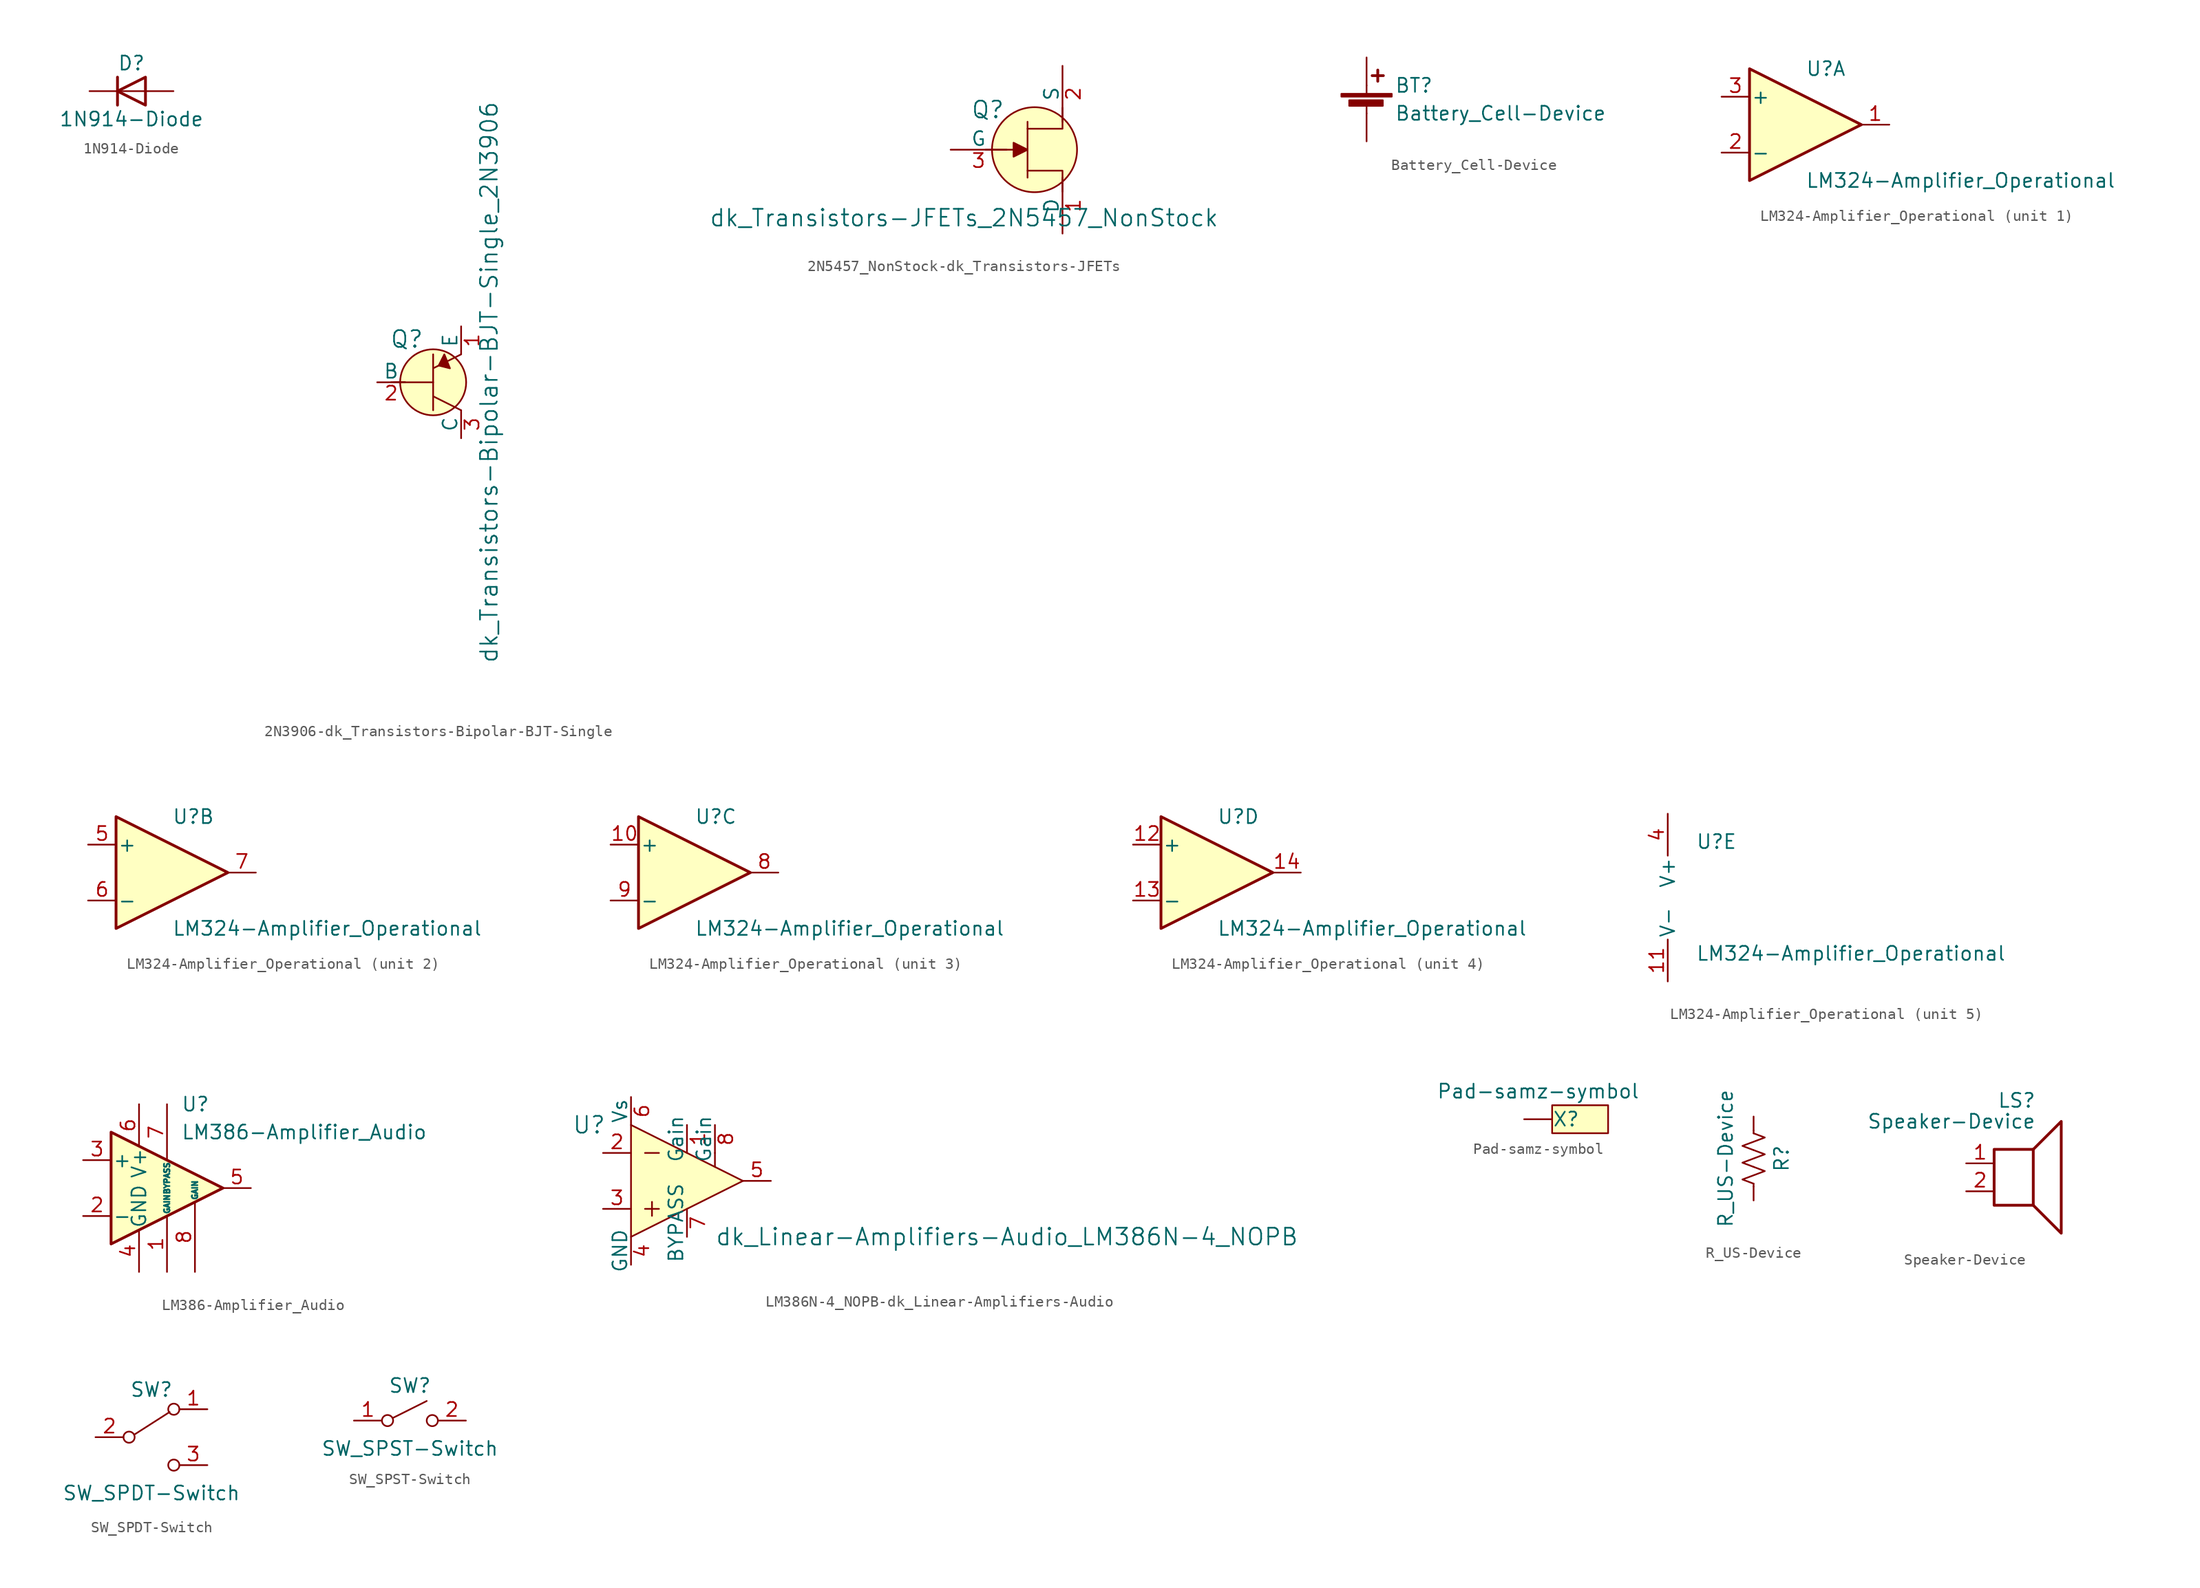
<source format=kicad_sym>
(kicad_symbol_lib
  (version 20220914)
  (generator kicad_symbol_editor)
  (symbol "1N914-Diode"
    (pin_numbers hide)
    (pin_names
      (offset 1.016) hide)
    (property "Reference" "D"
      (at 0 2.54 0)
      (effects (font (size 1.27 1.27))))
    (property "Value" "1N914-Diode"
      (at 0 -2.54 0)
      (effects (font (size 1.27 1.27))))
    (symbol "1N914-Diode_0_1"
      (polyline (pts (xy -1.27 1.27) (xy -1.27 -1.27)) (stroke (width 0.254) (type solid)) (fill (type none)))
      (polyline (pts (xy 1.27 0) (xy -1.27 0)) (stroke (width 0) (type solid)) (fill (type none)))
      (polyline (pts (xy 1.27 1.27) (xy 1.27 -1.27) (xy -1.27 0) (xy 1.27 1.27)) (stroke (width 0.254) (type solid)) (fill (type none))))
    (symbol "1N914-Diode_1_1"
      (pin passive line (at -3.81 0 0) (length 2.54) (name "K" (effects (font (size 1.27 1.27)))) (number "1" (effects (font (size 1.27 1.27)))))
      (pin passive line (at 3.81 0 180) (length 2.54) (name "A" (effects (font (size 1.27 1.27)))) (number "2" (effects (font (size 1.27 1.27)))))))
  (symbol "2N3906-dk_Transistors-Bipolar-BJT-Single"
    (pin_names
      (offset 0))
    (property "Reference" "Q"
      (at -2.388 3.912 0)
      (effects (font (size 1.524 1.524))))
    (property "Value" "dk_Transistors-Bipolar-BJT-Single_2N3906"
      (at 5.08 0 90)
      (effects (font (size 1.524 1.524))))
    (symbol "2N3906-dk_Transistors-Bipolar-BJT-Single_0_1"
      (polyline (pts (xy -3.81 0) (xy -2.54 0)) (stroke (width 0) (type solid)) (fill (type none)))
      (polyline (pts (xy -3.556 0) (xy 0 0)) (stroke (width 0) (type solid)) (fill (type none)))
      (polyline (pts (xy 0 -1.27) (xy 2.54 -2.54)) (stroke (width 0) (type solid)) (fill (type none)))
      (polyline (pts (xy 0 1.27) (xy 2.54 2.54)) (stroke (width 0) (type solid)) (fill (type none)))
      (polyline (pts (xy 0 2.54) (xy 0 -2.54)) (stroke (width 0) (type solid)) (fill (type none)))
      (polyline (pts (xy 1.016 2.54) (xy 0.508 1.524) (xy 1.524 1.27) (xy 1.016 2.54)) (stroke (width 0) (type solid)) (fill (type outline)))
      (circle (center 0 0) (radius 2.997) (stroke (width 0) (type solid)) (fill (type background))))
    (symbol "2N3906-dk_Transistors-Bipolar-BJT-Single_1_1"
      (pin passive line (at 2.54 5.08 270) (length 2.54) (name "E" (effects (font (size 1.27 1.27)))) (number "1" (effects (font (size 1.27 1.27)))))
      (pin input line (at -5.08 0 0) (length 2.54) (name "B" (effects (font (size 1.27 1.27)))) (number "2" (effects (font (size 1.27 1.27)))))
      (pin passive line (at 2.54 -5.08 90) (length 2.54) (name "C" (effects (font (size 1.27 1.27)))) (number "3" (effects (font (size 1.27 1.27)))))))
  (symbol "2N5457_NonStock-dk_Transistors-JFETs"
    (pin_names
      (offset 0))
    (property "Reference" "Q"
      (at -2.692 3.632 0)
      (effects (font (size 1.524 1.524)) (justify right)))
    (property "Value" "dk_Transistors-JFETs_2N5457_NonStock"
      (at -6.401 -6.198 0)
      (effects (font (size 1.524 1.524))))
    (symbol "2N5457_NonStock-dk_Transistors-JFETs_0_1"
      (polyline (pts (xy -0.635 -2.54) (xy -0.635 2.54)) (stroke (width 0) (type solid)) (fill (type none)))
      (polyline (pts (xy -0.635 0) (xy -4.445 0)) (stroke (width 0) (type solid)) (fill (type none)))
      (polyline (pts (xy -0.635 -1.905) (xy 2.54 -1.905) (xy 2.54 -3.81)) (stroke (width 0) (type solid)) (fill (type none)))
      (polyline (pts (xy -0.635 1.905) (xy 2.54 1.905) (xy 2.54 3.81)) (stroke (width 0) (type solid)) (fill (type none))))
    (symbol "2N5457_NonStock-dk_Transistors-JFETs_1_1"
      (polyline (pts (xy -1.905 0.635) (xy -1.905 -0.635) (xy -0.635 0) (xy -1.905 0.635)) (stroke (width 0) (type solid)) (fill (type outline)))
      (circle (center 0 0) (radius 3.861) (stroke (width 0) (type solid)) (fill (type background)))
      (pin passive line (at 2.54 -7.62 90) (length 5.08) (name "D" (effects (font (size 1.27 1.27)))) (number "1" (effects (font (size 1.27 1.27)))))
      (pin passive line (at 2.54 7.62 270) (length 5.08) (name "S" (effects (font (size 1.27 1.27)))) (number "2" (effects (font (size 1.27 1.27)))))
      (pin input line (at -7.62 0 0) (length 5.08) (name "G" (effects (font (size 1.27 1.27)))) (number "3" (effects (font (size 1.27 1.27)))))))
  (symbol "Battery_Cell-Device"
    (pin_numbers hide)
    (pin_names
      (offset 0) hide)
    (property "Reference" "BT"
      (at 2.54 2.54 0)
      (effects (font (size 1.27 1.27)) (justify left)))
    (property "Value" "Battery_Cell-Device"
      (at 2.54 0 0)
      (effects (font (size 1.27 1.27)) (justify left)))
    (symbol "Battery_Cell-Device_0_1"
      (rectangle (start -2.286 1.778) (end 2.286 1.524) (stroke (width 0) (type solid)) (fill (type outline)))
      (rectangle (start -1.575 1.194) (end 1.473 0.686) (stroke (width 0) (type solid)) (fill (type outline)))
      (polyline (pts (xy 0 0.762) (xy 0 0)) (stroke (width 0) (type solid)) (fill (type none)))
      (polyline (pts (xy 0 1.778) (xy 0 2.54)) (stroke (width 0) (type solid)) (fill (type none)))
      (polyline (pts (xy 0.508 3.429) (xy 1.524 3.429)) (stroke (width 0.254) (type solid)) (fill (type none)))
      (polyline (pts (xy 1.016 3.937) (xy 1.016 2.921)) (stroke (width 0.254) (type solid)) (fill (type none))))
    (symbol "Battery_Cell-Device_1_1"
      (pin passive line (at 0 5.08 270) (length 2.54) (name "+" (effects (font (size 1.27 1.27)))) (number "1" (effects (font (size 1.27 1.27)))))
      (pin passive line (at 0 -2.54 90) (length 2.54) (name "-" (effects (font (size 1.27 1.27)))) (number "2" (effects (font (size 1.27 1.27)))))))
  (symbol "LM324-Amplifier_Operational"
    (pin_names
      (offset 0.127))
    (property "Reference" "U"
      (at 0 5.08 0)
      (effects (font (size 1.27 1.27)) (justify left)))
    (property "Value" "LM324-Amplifier_Operational"
      (at 0 -5.08 0)
      (effects (font (size 1.27 1.27)) (justify left)))
    (property "ki_locked" ""
      (at 0 0 0)
      (effects (font (size 1.27 1.27))))
    (symbol "LM324-Amplifier_Operational_1_1"
      (polyline (pts (xy -5.08 5.08) (xy 5.08 0) (xy -5.08 -5.08) (xy -5.08 5.08)) (stroke (width 0.254) (type solid)) (fill (type background)))
      (pin output line (at 7.62 0 180) (length 2.54) (name "~" (effects (font (size 1.27 1.27)))) (number "1" (effects (font (size 1.27 1.27)))))
      (pin input line (at -7.62 -2.54 0) (length 2.54) (name "-" (effects (font (size 1.27 1.27)))) (number "2" (effects (font (size 1.27 1.27)))))
      (pin input line (at -7.62 2.54 0) (length 2.54) (name "+" (effects (font (size 1.27 1.27)))) (number "3" (effects (font (size 1.27 1.27))))))
    (symbol "LM324-Amplifier_Operational_2_1"
      (polyline (pts (xy -5.08 5.08) (xy 5.08 0) (xy -5.08 -5.08) (xy -5.08 5.08)) (stroke (width 0.254) (type solid)) (fill (type background)))
      (pin input line (at -7.62 2.54 0) (length 2.54) (name "+" (effects (font (size 1.27 1.27)))) (number "5" (effects (font (size 1.27 1.27)))))
      (pin input line (at -7.62 -2.54 0) (length 2.54) (name "-" (effects (font (size 1.27 1.27)))) (number "6" (effects (font (size 1.27 1.27)))))
      (pin output line (at 7.62 0 180) (length 2.54) (name "~" (effects (font (size 1.27 1.27)))) (number "7" (effects (font (size 1.27 1.27))))))
    (symbol "LM324-Amplifier_Operational_3_1"
      (polyline (pts (xy -5.08 5.08) (xy 5.08 0) (xy -5.08 -5.08) (xy -5.08 5.08)) (stroke (width 0.254) (type solid)) (fill (type background)))
      (pin input line (at -7.62 2.54 0) (length 2.54) (name "+" (effects (font (size 1.27 1.27)))) (number "10" (effects (font (size 1.27 1.27)))))
      (pin output line (at 7.62 0 180) (length 2.54) (name "~" (effects (font (size 1.27 1.27)))) (number "8" (effects (font (size 1.27 1.27)))))
      (pin input line (at -7.62 -2.54 0) (length 2.54) (name "-" (effects (font (size 1.27 1.27)))) (number "9" (effects (font (size 1.27 1.27))))))
    (symbol "LM324-Amplifier_Operational_4_1"
      (polyline (pts (xy -5.08 5.08) (xy 5.08 0) (xy -5.08 -5.08) (xy -5.08 5.08)) (stroke (width 0.254) (type solid)) (fill (type background)))
      (pin input line (at -7.62 2.54 0) (length 2.54) (name "+" (effects (font (size 1.27 1.27)))) (number "12" (effects (font (size 1.27 1.27)))))
      (pin input line (at -7.62 -2.54 0) (length 2.54) (name "-" (effects (font (size 1.27 1.27)))) (number "13" (effects (font (size 1.27 1.27)))))
      (pin output line (at 7.62 0 180) (length 2.54) (name "~" (effects (font (size 1.27 1.27)))) (number "14" (effects (font (size 1.27 1.27))))))
    (symbol "LM324-Amplifier_Operational_5_1"
      (pin power_in line (at -2.54 -7.62 90) (length 3.81) (name "V-" (effects (font (size 1.27 1.27)))) (number "11" (effects (font (size 1.27 1.27)))))
      (pin power_in line (at -2.54 7.62 270) (length 3.81) (name "V+" (effects (font (size 1.27 1.27)))) (number "4" (effects (font (size 1.27 1.27)))))))
  (symbol "LM386-Amplifier_Audio"
    (pin_names
      (offset 0.127))
    (property "Reference" "U"
      (at 1.27 7.62 0)
      (effects (font (size 1.27 1.27)) (justify left)))
    (property "Value" "LM386-Amplifier_Audio"
      (at 1.27 5.08 0)
      (effects (font (size 1.27 1.27)) (justify left)))
    (symbol "LM386-Amplifier_Audio_0_1"
      (polyline (pts (xy 5.08 0) (xy -5.08 5.08) (xy -5.08 -5.08) (xy 5.08 0)) (stroke (width 0.254) (type solid)) (fill (type background))))
    (symbol "LM386-Amplifier_Audio_1_1"
      (pin input line (at 0 -7.62 90) (length 5.08) (name "GAIN" (effects (font (size 0.508 0.508)))) (number "1" (effects (font (size 1.27 1.27)))))
      (pin input line (at -7.62 -2.54 0) (length 2.54) (name "-" (effects (font (size 1.27 1.27)))) (number "2" (effects (font (size 1.27 1.27)))))
      (pin input line (at -7.62 2.54 0) (length 2.54) (name "+" (effects (font (size 1.27 1.27)))) (number "3" (effects (font (size 1.27 1.27)))))
      (pin power_in line (at -2.54 -7.62 90) (length 3.81) (name "GND" (effects (font (size 1.27 1.27)))) (number "4" (effects (font (size 1.27 1.27)))))
      (pin output line (at 7.62 0 180) (length 2.54) (name "~" (effects (font (size 1.27 1.27)))) (number "5" (effects (font (size 1.27 1.27)))))
      (pin power_in line (at -2.54 7.62 270) (length 3.81) (name "V+" (effects (font (size 1.27 1.27)))) (number "6" (effects (font (size 1.27 1.27)))))
      (pin input line (at 0 7.62 270) (length 5.08) (name "BYPASS" (effects (font (size 0.508 0.508)))) (number "7" (effects (font (size 1.27 1.27)))))
      (pin input line (at 2.54 -7.62 90) (length 6.35) (name "GAIN" (effects (font (size 0.508 0.508)))) (number "8" (effects (font (size 1.27 1.27)))))))
  (symbol "LM386N-4_NOPB-dk_Linear-Amplifiers-Audio"
    (pin_names
      (offset 0))
    (property "Reference" "U"
      (at -8.89 5.08 0)
      (effects (font (size 1.524 1.524))))
    (property "Value" "dk_Linear-Amplifiers-Audio_LM386N-4_NOPB"
      (at 2.54 -5.08 0)
      (effects (font (size 1.524 1.524)) (justify left)))
    (symbol "LM386N-4_NOPB-dk_Linear-Amplifiers-Audio_0_1"
      (polyline (pts (xy -3.81 -2.54) (xy -2.54 -2.54)) (stroke (width 0) (type solid)) (fill (type none)))
      (polyline (pts (xy -3.81 2.54) (xy -2.54 2.54)) (stroke (width 0) (type solid)) (fill (type none)))
      (polyline (pts (xy -3.175 -1.905) (xy -3.175 -3.175)) (stroke (width 0) (type solid)) (fill (type none)))
      (polyline (pts (xy 2.54 2.54) (xy 2.54 1.27)) (stroke (width 0) (type solid)) (fill (type none)))
      (polyline (pts (xy -5.08 5.08) (xy -5.08 -5.08) (xy 5.08 0) (xy -5.08 5.08)) (stroke (width 0) (type solid)) (fill (type background))))
    (symbol "LM386N-4_NOPB-dk_Linear-Amplifiers-Audio_1_1"
      (pin passive line (at 0 5.08 270) (length 2.54) (name "Gain" (effects (font (size 1.27 1.27)))) (number "1" (effects (font (size 1.27 1.27)))))
      (pin input line (at -7.62 2.54 0) (length 2.54) (name "~" (effects (font (size 1.27 1.27)))) (number "2" (effects (font (size 1.27 1.27)))))
      (pin input line (at -7.62 -2.54 0) (length 2.54) (name "~" (effects (font (size 1.27 1.27)))) (number "3" (effects (font (size 1.27 1.27)))))
      (pin power_in line (at -5.08 -7.62 90) (length 2.54) (name "GND" (effects (font (size 1.27 1.27)))) (number "4" (effects (font (size 1.27 1.27)))))
      (pin output line (at 7.62 0 180) (length 2.54) (name "~" (effects (font (size 1.27 1.27)))) (number "5" (effects (font (size 1.27 1.27)))))
      (pin power_in line (at -5.08 7.62 270) (length 2.54) (name "Vs" (effects (font (size 1.27 1.27)))) (number "6" (effects (font (size 1.27 1.27)))))
      (pin output line (at 0 -5.08 90) (length 2.54) (name "BYPASS" (effects (font (size 1.27 1.27)))) (number "7" (effects (font (size 1.27 1.27)))))
      (pin passive line (at 2.54 5.08 270) (length 2.54) (name "Gain" (effects (font (size 1.27 1.27)))) (number "8" (effects (font (size 1.27 1.27)))))))
  (symbol "Pad-samz-symbol"
    (pin_numbers hide)
    (pin_names
      (offset 1.016))
    (property "Reference" "X"
      (at 1.27 0 0)
      (effects (font (size 1.27 1.27))))
    (property "Value" "Pad-samz-symbol"
      (at -1.27 2.54 0)
      (effects (font (size 1.27 1.27))))
    (symbol "Pad-samz-symbol_0_1"
      (rectangle (start 0 1.27) (end 5.08 -1.27) (stroke (width 0) (type solid)) (fill (type background))))
    (symbol "Pad-samz-symbol_1_1"
      (pin passive line (at -2.54 0 0) (length 2.54) (name "~" (effects (font (size 1.27 1.27)))) (number "1" (effects (font (size 1.27 1.27)))))))
  (symbol "R_US-Device"
    (pin_numbers hide)
    (pin_names
      (offset 0))
    (property "Reference" "R"
      (at 2.54 0 90)
      (effects (font (size 1.27 1.27))))
    (property "Value" "R_US-Device"
      (at -2.54 0 90)
      (effects (font (size 1.27 1.27))))
    (symbol "R_US-Device_0_1"
      (polyline (pts (xy 0 -2.286) (xy 0 -2.54)) (stroke (width 0) (type solid)) (fill (type none)))
      (polyline (pts (xy 0 2.286) (xy 0 2.54)) (stroke (width 0) (type solid)) (fill (type none)))
      (polyline (pts (xy 0 -0.762) (xy 1.016 -1.143) (xy 0 -1.524) (xy -1.016 -1.905) (xy 0 -2.286)) (stroke (width 0) (type solid)) (fill (type none)))
      (polyline (pts (xy 0 0.762) (xy 1.016 0.381) (xy 0 0) (xy -1.016 -0.381) (xy 0 -0.762)) (stroke (width 0) (type solid)) (fill (type none)))
      (polyline (pts (xy 0 2.286) (xy 1.016 1.905) (xy 0 1.524) (xy -1.016 1.143) (xy 0 0.762)) (stroke (width 0) (type solid)) (fill (type none))))
    (symbol "R_US-Device_1_1"
      (pin passive line (at 0 3.81 270) (length 1.27) (name "~" (effects (font (size 1.27 1.27)))) (number "1" (effects (font (size 1.27 1.27)))))
      (pin passive line (at 0 -3.81 90) (length 1.27) (name "~" (effects (font (size 1.27 1.27)))) (number "2" (effects (font (size 1.27 1.27)))))))
  (symbol "Speaker-Device"
    (pin_names
      (offset 0) hide)
    (property "Reference" "LS"
      (at 1.27 5.715 0)
      (effects (font (size 1.27 1.27)) (justify right)))
    (property "Value" "Speaker-Device"
      (at 1.27 3.81 0)
      (effects (font (size 1.27 1.27)) (justify right)))
    (symbol "Speaker-Device_0_0"
      (rectangle (start -2.54 1.27) (end 1.016 -3.81) (stroke (width 0.254) (type solid)) (fill (type none)))
      (polyline (pts (xy 1.016 1.27) (xy 3.556 3.81) (xy 3.556 -6.35) (xy 1.016 -3.81)) (stroke (width 0.254) (type solid)) (fill (type none))))
    (symbol "Speaker-Device_1_1"
      (pin input line (at -5.08 0 0) (length 2.54) (name "1" (effects (font (size 1.27 1.27)))) (number "1" (effects (font (size 1.27 1.27)))))
      (pin input line (at -5.08 -2.54 0) (length 2.54) (name "2" (effects (font (size 1.27 1.27)))) (number "2" (effects (font (size 1.27 1.27)))))))
  (symbol "SW_SPDT-Switch"
    (pin_names
      (offset 0) hide)
    (property "Reference" "SW"
      (at 0 4.318 0)
      (effects (font (size 1.27 1.27))))
    (property "Value" "SW_SPDT-Switch"
      (at 0 -5.08 0)
      (effects (font (size 1.27 1.27))))
    (symbol "SW_SPDT-Switch_0_0"
      (circle (center -2.032 0) (radius 0.508) (stroke (width 0) (type solid)) (fill (type none)))
      (circle (center 2.032 -2.54) (radius 0.508) (stroke (width 0) (type solid)) (fill (type none))))
    (symbol "SW_SPDT-Switch_0_1"
      (polyline (pts (xy -1.524 0.254) (xy 1.651 2.286)) (stroke (width 0) (type solid)) (fill (type none)))
      (circle (center 2.032 2.54) (radius 0.508) (stroke (width 0) (type solid)) (fill (type none))))
    (symbol "SW_SPDT-Switch_1_1"
      (pin passive line (at 5.08 2.54 180) (length 2.54) (name "A" (effects (font (size 1.27 1.27)))) (number "1" (effects (font (size 1.27 1.27)))))
      (pin passive line (at -5.08 0 0) (length 2.54) (name "B" (effects (font (size 1.27 1.27)))) (number "2" (effects (font (size 1.27 1.27)))))
      (pin passive line (at 5.08 -2.54 180) (length 2.54) (name "C" (effects (font (size 1.27 1.27)))) (number "3" (effects (font (size 1.27 1.27)))))))
  (symbol "SW_SPST-Switch"
    (pin_names
      (offset 0) hide)
    (property "Reference" "SW"
      (at 0 3.175 0)
      (effects (font (size 1.27 1.27))))
    (property "Value" "SW_SPST-Switch"
      (at 0 -2.54 0)
      (effects (font (size 1.27 1.27))))
    (symbol "SW_SPST-Switch_0_0"
      (circle (center -2.032 0) (radius 0.508) (stroke (width 0) (type solid)) (fill (type none)))
      (polyline (pts (xy -1.524 0.254) (xy 1.524 1.778)) (stroke (width 0) (type solid)) (fill (type none)))
      (circle (center 2.032 0) (radius 0.508) (stroke (width 0) (type solid)) (fill (type none))))
    (symbol "SW_SPST-Switch_1_1"
      (pin passive line (at -5.08 0 0) (length 2.54) (name "A" (effects (font (size 1.27 1.27)))) (number "1" (effects (font (size 1.27 1.27)))))
      (pin passive line (at 5.08 0 180) (length 2.54) (name "B" (effects (font (size 1.27 1.27)))) (number "2" (effects (font (size 1.27 1.27))))))))
</source>
